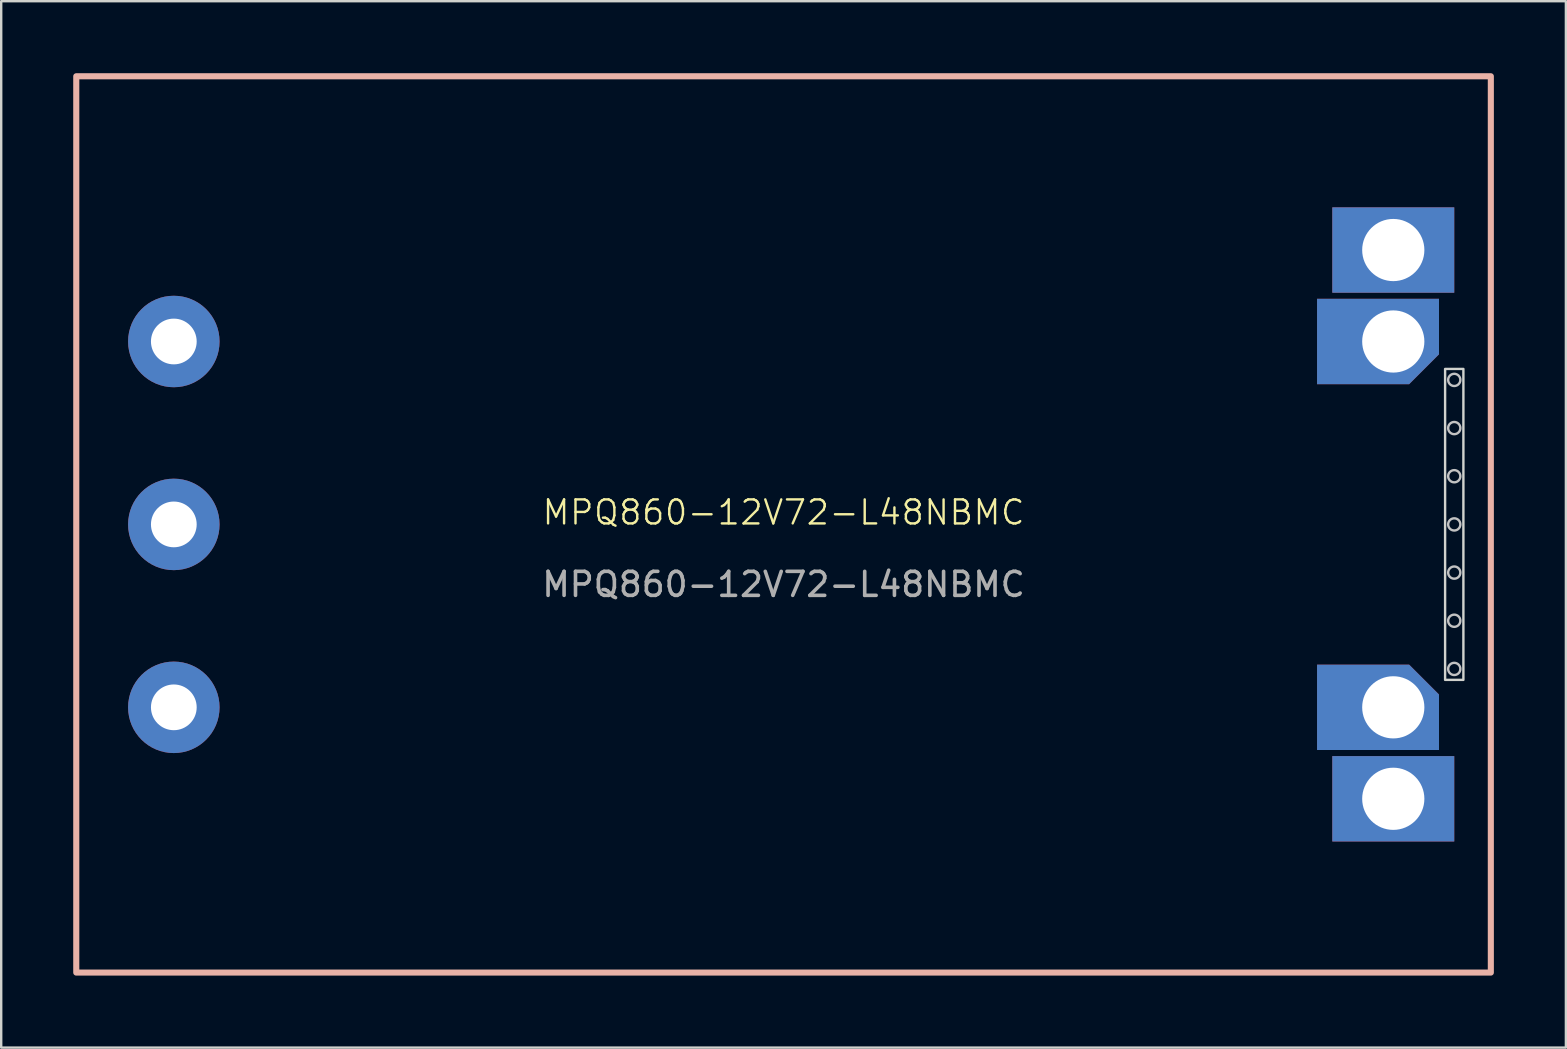
<source format=kicad_pcb>
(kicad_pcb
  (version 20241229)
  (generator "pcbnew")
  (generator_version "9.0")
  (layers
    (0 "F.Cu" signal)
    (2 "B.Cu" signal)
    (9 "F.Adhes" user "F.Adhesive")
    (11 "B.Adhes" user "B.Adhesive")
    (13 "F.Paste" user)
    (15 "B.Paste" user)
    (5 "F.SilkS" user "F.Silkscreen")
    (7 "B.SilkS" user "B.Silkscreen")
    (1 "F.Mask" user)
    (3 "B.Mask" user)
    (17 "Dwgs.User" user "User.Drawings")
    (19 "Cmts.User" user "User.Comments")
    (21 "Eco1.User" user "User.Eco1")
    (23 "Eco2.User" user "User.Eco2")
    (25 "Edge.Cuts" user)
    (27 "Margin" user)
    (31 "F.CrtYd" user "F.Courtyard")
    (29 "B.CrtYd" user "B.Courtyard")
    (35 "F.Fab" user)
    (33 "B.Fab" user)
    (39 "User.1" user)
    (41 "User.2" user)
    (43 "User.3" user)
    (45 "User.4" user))
  (footprint "MPQ860-12V72-L48NBMC"
    (layer "F.Cu")
    (at 29.591 18.796)
    (property "Reference" "MPQ860-12V72-L48NBMC" (at 0 -0.5 0) (unlocked yes) (layer "F.SilkS") (effects (font (size 1 1) (thickness 0.1))))
    (attr smd)
    (fp_rect (start -29.464 -18.669) (end 29.464 18.669) (stroke (width 0.254) (type default)) (fill no) (layer "B.SilkS"))
    (fp_circle (center 27.94 -6.02) (end 28.194 -6.02) (stroke (width 0.1) (type default)) (fill no) (layer "Dwgs.User"))
    (fp_circle (center 27.94 -4.013) (end 28.194 -4.013) (stroke (width 0.1) (type default)) (fill no) (layer "Dwgs.User"))
    (fp_circle (center 27.94 -2.007) (end 28.194 -2.007) (stroke (width 0.1) (type default)) (fill no) (layer "Dwgs.User"))
    (fp_circle (center 27.94 0) (end 28.194 0) (stroke (width 0.1) (type default)) (fill no) (layer "Dwgs.User"))
    (fp_circle (center 27.94 2.007) (end 28.194 2.007) (stroke (width 0.1) (type default)) (fill no) (layer "Dwgs.User"))
    (fp_circle (center 27.94 4.013) (end 28.194 4.013) (stroke (width 0.1) (type default)) (fill no) (layer "Dwgs.User"))
    (fp_circle (center 27.94 6.02) (end 28.194 6.02) (stroke (width 0.1) (type default)) (fill no) (layer "Dwgs.User"))
    (fp_rect (start 27.559 -6.477) (end 28.321 6.477) (stroke (width 0.1) (type default)) (fill no) (layer "Edge.Cuts"))
    (fp_text user "${REFERENCE}" (at 0 2.5 0) (unlocked yes) (layer "F.Fab") (effects (font (size 1 1) (thickness 0.15))))
    (pad "1" thru_hole circle (at -25.4 7.62) (size 3.81 3.81) (drill 1.905) (layers "*.Cu" "*.Mask"))
    (pad "2" thru_hole circle (at -25.4 0) (size 3.81 3.81) (drill 1.905) (layers "*.Cu" "*.Mask"))
    (pad "3" thru_hole circle (at -25.4 -7.62) (size 3.81 3.81) (drill 1.905) (layers "*.Cu" "*.Mask"))
    (pad "4" thru_hole rect (at 25.4 -11.43) (size 5.08 3.556) (drill 2.591) (layers "*.Cu" "*.Mask"))
    (pad "5" thru_hole roundrect (at 25.4 -7.62) (size 5.08 3.556) (drill 2.591 (offset -0.635 0)) (layers "*.Cu" "*.Mask") (roundrect_rratio 0) (chamfer_ratio 0.35) (chamfer bottom_right))
    (pad "7" thru_hole roundrect (at 25.4 7.62) (size 5.08 3.556) (drill 2.591 (offset -0.635 0)) (layers "*.Cu" "*.Mask") (roundrect_rratio 0) (chamfer_ratio 0.35) (chamfer top_right))
    (pad "8" thru_hole rect (at 25.4 11.43) (size 5.08 3.556) (drill 2.591) (layers "*.Cu" "*.Mask")))
  (gr_rect
    (start -3 -3)
    (end 62.182 40.592)
    (stroke (width 0.1) (type default))
    (fill no)
    (layer "Edge.Cuts")))
</source>
